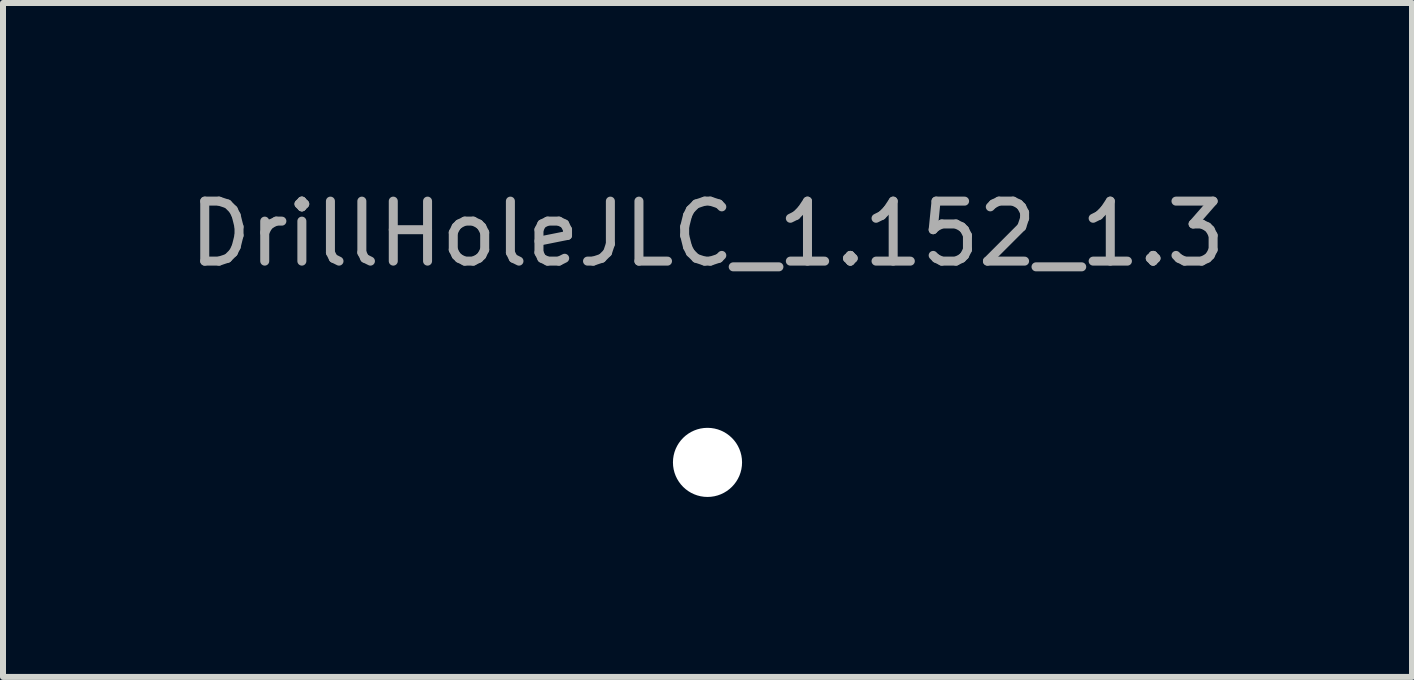
<source format=kicad_pcb>
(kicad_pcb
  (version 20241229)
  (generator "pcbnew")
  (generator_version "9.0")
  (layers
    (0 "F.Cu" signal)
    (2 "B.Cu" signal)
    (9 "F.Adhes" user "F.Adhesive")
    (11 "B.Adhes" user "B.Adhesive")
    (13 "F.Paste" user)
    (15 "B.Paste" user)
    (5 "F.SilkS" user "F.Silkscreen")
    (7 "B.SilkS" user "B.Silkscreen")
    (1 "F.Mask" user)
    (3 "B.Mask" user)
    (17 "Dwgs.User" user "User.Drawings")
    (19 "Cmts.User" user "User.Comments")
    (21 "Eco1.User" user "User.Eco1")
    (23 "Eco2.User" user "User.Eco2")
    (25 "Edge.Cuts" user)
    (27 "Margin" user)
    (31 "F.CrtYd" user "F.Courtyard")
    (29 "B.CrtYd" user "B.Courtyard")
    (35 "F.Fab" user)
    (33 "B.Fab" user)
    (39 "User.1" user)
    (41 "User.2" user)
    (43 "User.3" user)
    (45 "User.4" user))
  (footprint "DrillHoleJLC_1.152_1.3"
    (layer "F.Cu")
    (at 8.744 4.658)
    (property "Reference" "DrillHoleJLC_1.152_1.3" (at 0 -3.81 0) (layer "F.Fab") (effects (font (size 1 1) (thickness 0.15))))
    (attr exclude_from_pos_files exclude_from_bom)
    (pad "" np_thru_hole circle (at 0 0) (size 1.152 1.152) (drill 1.152) (layers "*.Cu" "*.Mask")))
  (gr_rect
    (start -3 -3)
    (end 20.488 8.234)
    (stroke (width 0.1) (type default))
    (fill no)
    (layer "Edge.Cuts")))
</source>
